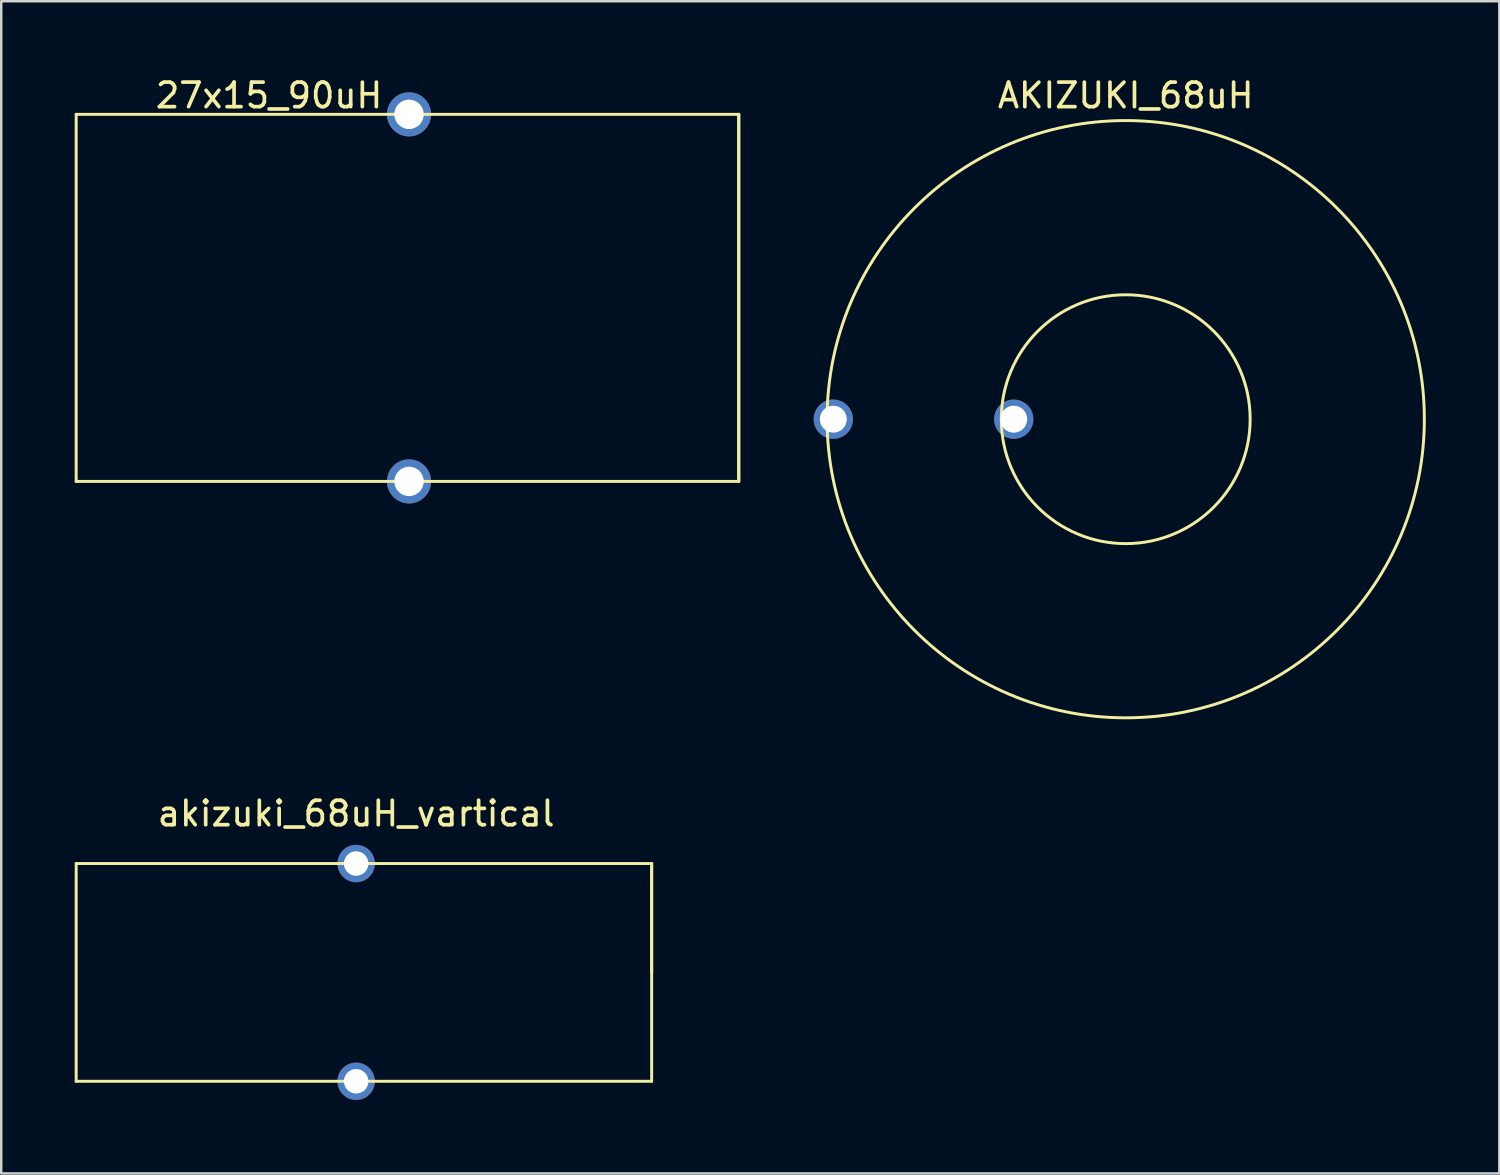
<source format=kicad_pcb>
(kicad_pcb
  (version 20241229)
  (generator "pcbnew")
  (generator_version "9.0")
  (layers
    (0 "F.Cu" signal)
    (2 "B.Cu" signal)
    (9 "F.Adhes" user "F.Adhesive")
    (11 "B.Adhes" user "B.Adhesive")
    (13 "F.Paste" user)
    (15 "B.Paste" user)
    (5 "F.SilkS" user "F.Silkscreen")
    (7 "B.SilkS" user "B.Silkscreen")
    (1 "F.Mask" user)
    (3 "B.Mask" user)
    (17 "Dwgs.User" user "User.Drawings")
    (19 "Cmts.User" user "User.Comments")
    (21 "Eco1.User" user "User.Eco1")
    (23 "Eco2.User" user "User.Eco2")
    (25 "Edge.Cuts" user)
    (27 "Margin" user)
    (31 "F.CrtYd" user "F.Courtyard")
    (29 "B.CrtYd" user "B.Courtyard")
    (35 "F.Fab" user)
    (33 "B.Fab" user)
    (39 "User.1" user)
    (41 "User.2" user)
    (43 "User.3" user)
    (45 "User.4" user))
  (footprint "AKIZUKI_68uH"
    (layer "F.Cu")
    (at 42.909 0.348)
    (property "Reference" "AKIZUKI_68uH" (at 0 0.5 0) (layer "F.SilkS") (effects (font (size 1 1) (thickness 0.15))))
    (attr through_hole)
    (fp_circle (center 0 13.716) (end 5.08 13.716) (stroke (width 0.12) (type solid)) (fill no) (layer "F.SilkS"))
    (fp_circle (center 0 13.716) (end 12.192 13.716) (stroke (width 0.12) (type solid)) (fill no) (layer "F.SilkS"))
    (pad "1" thru_hole circle (at -11.938 13.716) (size 1.6 1.6) (drill 1.1) (layers "*.Cu" "*.Mask"))
    (pad "2" thru_hole circle (at -4.572 13.716) (size 1.6 1.6) (drill 1.1) (layers "*.Cu" "*.Mask")))
  (footprint "akizuki_68uH_vartical"
    (layer "F.Cu")
    (at 11.49 29.665)
    (property "Reference" "akizuki_68uH_vartical" (at 0 0.5 0) (layer "F.SilkS") (effects (font (size 1 1) (thickness 0.15))))
    (attr through_hole)
    (fp_line (start -11.43 2.54) (end -11.43 11.43) (stroke (width 0.12) (type solid)) (layer "F.SilkS"))
    (fp_line (start -11.43 2.54) (end 12.065 2.54) (stroke (width 0.12) (type solid)) (layer "F.SilkS"))
    (fp_line (start 12.065 2.54) (end 12.065 11.43) (stroke (width 0.12) (type solid)) (layer "F.SilkS"))
    (fp_line (start 12.065 6.985) (end 12.065 2.54) (stroke (width 0.12) (type solid)) (layer "F.SilkS"))
    (fp_line (start 12.065 11.43) (end -11.43 11.43) (stroke (width 0.12) (type solid)) (layer "F.SilkS"))
    (pad "1" thru_hole circle (at 0 2.54) (size 1.524 1.524) (drill 1) (layers "*.Cu" "*.Mask"))
    (pad "2" thru_hole circle (at 0 11.43) (size 1.524 1.524) (drill 1) (layers "*.Cu" "*.Mask")))
  (footprint "27x15_90uH"
    (layer "F.Cu")
    (at 7.934 0.348)
    (property "Reference" "27x15_90uH" (at 0 0.5 0) (layer "F.SilkS") (effects (font (size 1 1) (thickness 0.15))))
    (attr through_hole)
    (fp_line (start -7.874 1.27) (end -7.874 16.256) (stroke (width 0.12) (type solid)) (layer "F.SilkS"))
    (fp_line (start -7.874 16.256) (end 19.177 16.256) (stroke (width 0.12) (type solid)) (layer "F.SilkS"))
    (fp_line (start 19.177 1.27) (end -7.874 1.27) (stroke (width 0.12) (type solid)) (layer "F.SilkS"))
    (fp_line (start 19.177 16.256) (end 19.177 1.27) (stroke (width 0.12) (type solid)) (layer "F.SilkS"))
    (fp_line (start 19.177 16.256) (end 19.177 1.27) (stroke (width 0.12) (type solid)) (layer "F.SilkS"))
    (pad "1" thru_hole circle (at 5.715 16.256) (size 1.8 1.8) (drill 1.2) (layers "*.Cu" "*.Mask"))
    (pad "2" thru_hole circle (at 5.715 1.27) (size 1.8 1.8) (drill 1.2) (layers "*.Cu" "*.Mask")))
  (gr_rect
    (start -3 -3)
    (end 58.161 44.856)
    (stroke (width 0.1) (type default))
    (fill no)
    (layer "Edge.Cuts")))
</source>
